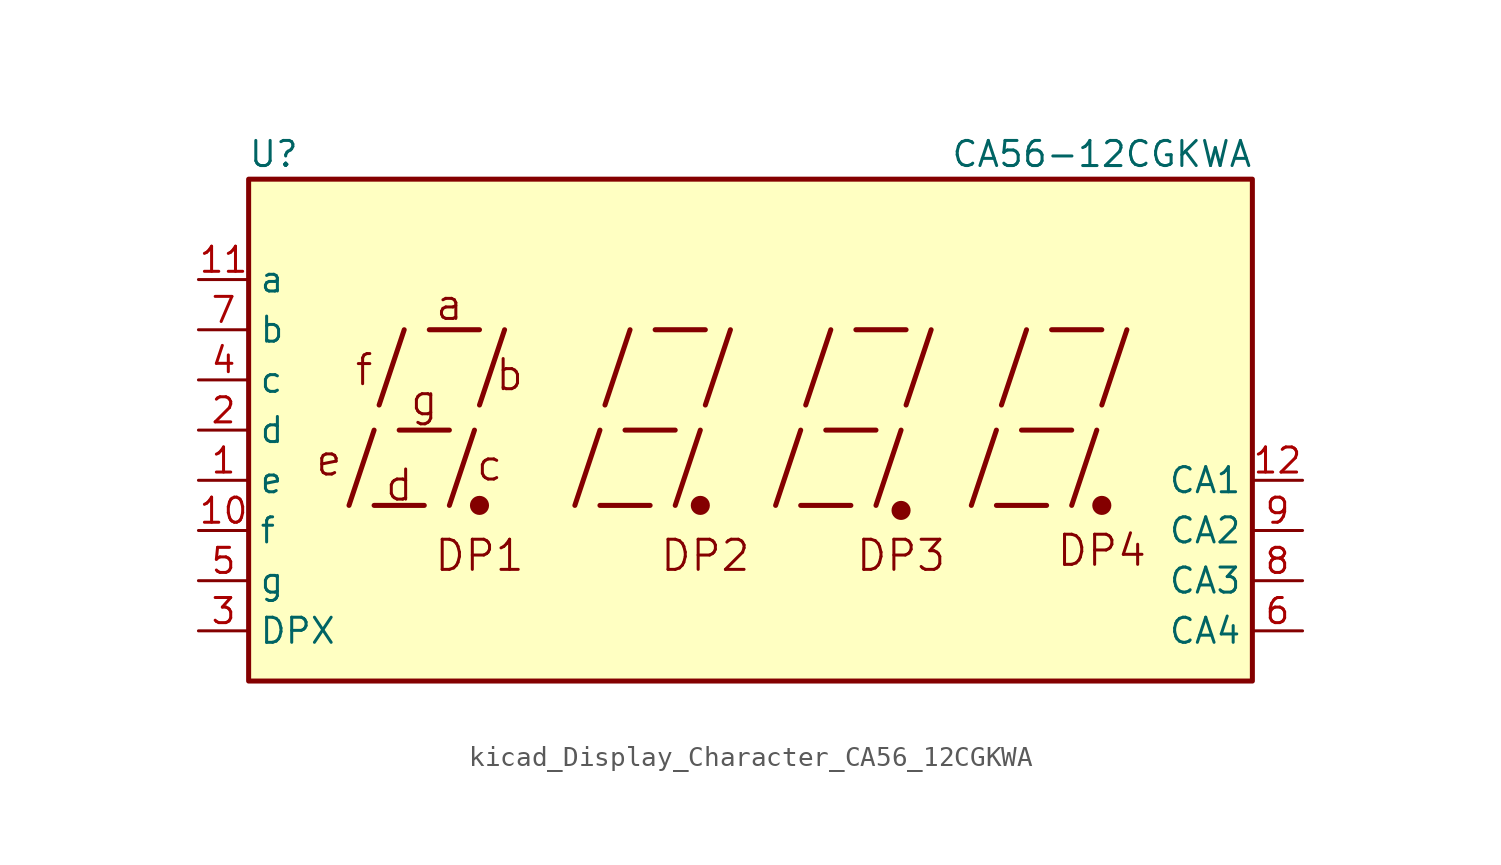
<source format=kicad_sym>
(kicad_symbol_lib
  (version 20220914)
  (generator kicad_symbol_editor)
  (symbol "kicad_Display_Character_CA56_12CGKWA"
    (property "Reference" "U"
      (at -24.13 13.97 0)
      (effects (font (size 1.27 1.27))))
    (property "Value" "CA56-12CGKWA"
      (at 17.78 13.97 0)
      (effects (font (size 1.27 1.27))))
    (symbol "kicad_Display_Character_CA56_12CGKWA_0_0"
      (rectangle (start -25.4 12.7) (end 25.4 -12.7) (stroke (width 0.254) (type default)) (fill (type background)))
      (polyline (pts (xy -20.32 -3.81) (xy -19.05 0)) (stroke (width 0.254) (type default)) (fill (type none)))
      (polyline (pts (xy -19.05 -3.81) (xy -16.51 -3.81)) (stroke (width 0.254) (type default)) (fill (type none)))
      (polyline (pts (xy -18.796 1.27) (xy -17.526 5.08)) (stroke (width 0.254) (type default)) (fill (type none)))
      (polyline (pts (xy -17.78 0) (xy -15.24 0)) (stroke (width 0.254) (type default)) (fill (type none)))
      (polyline (pts (xy -16.256 5.08) (xy -13.716 5.08)) (stroke (width 0.254) (type default)) (fill (type none)))
      (polyline (pts (xy -15.24 -3.81) (xy -13.97 0)) (stroke (width 0.254) (type default)) (fill (type none)))
      (polyline (pts (xy -13.716 1.27) (xy -12.446 5.08)) (stroke (width 0.254) (type default)) (fill (type none)))
      (polyline (pts (xy -8.89 -3.81) (xy -7.62 0)) (stroke (width 0.254) (type default)) (fill (type none)))
      (polyline (pts (xy -7.62 -3.81) (xy -5.08 -3.81)) (stroke (width 0.254) (type default)) (fill (type none)))
      (polyline (pts (xy -7.366 1.27) (xy -6.096 5.08)) (stroke (width 0.254) (type default)) (fill (type none)))
      (polyline (pts (xy -6.35 0) (xy -3.81 0)) (stroke (width 0.254) (type default)) (fill (type none)))
      (polyline (pts (xy -4.826 5.08) (xy -2.286 5.08)) (stroke (width 0.254) (type default)) (fill (type none)))
      (polyline (pts (xy -3.81 -3.81) (xy -2.54 0)) (stroke (width 0.254) (type default)) (fill (type none)))
      (polyline (pts (xy -2.286 1.27) (xy -1.016 5.08)) (stroke (width 0.254) (type default)) (fill (type none)))
      (polyline (pts (xy 1.27 -3.81) (xy 2.54 0)) (stroke (width 0.254) (type default)) (fill (type none)))
      (polyline (pts (xy 2.54 -3.81) (xy 5.08 -3.81)) (stroke (width 0.254) (type default)) (fill (type none)))
      (polyline (pts (xy 2.794 1.27) (xy 4.064 5.08)) (stroke (width 0.254) (type default)) (fill (type none)))
      (polyline (pts (xy 3.81 0) (xy 6.35 0)) (stroke (width 0.254) (type default)) (fill (type none)))
      (polyline (pts (xy 5.334 5.08) (xy 7.874 5.08)) (stroke (width 0.254) (type default)) (fill (type none)))
      (polyline (pts (xy 6.35 -3.81) (xy 7.62 0)) (stroke (width 0.254) (type default)) (fill (type none)))
      (polyline (pts (xy 7.874 1.27) (xy 9.144 5.08)) (stroke (width 0.254) (type default)) (fill (type none)))
      (polyline (pts (xy 11.176 -3.81) (xy 12.446 0)) (stroke (width 0.254) (type default)) (fill (type none)))
      (polyline (pts (xy 12.446 -3.81) (xy 14.986 -3.81)) (stroke (width 0.254) (type default)) (fill (type none)))
      (polyline (pts (xy 12.7 1.27) (xy 13.97 5.08)) (stroke (width 0.254) (type default)) (fill (type none)))
      (polyline (pts (xy 13.716 0) (xy 16.256 0)) (stroke (width 0.254) (type default)) (fill (type none)))
      (polyline (pts (xy 15.24 5.08) (xy 17.78 5.08)) (stroke (width 0.254) (type default)) (fill (type none)))
      (polyline (pts (xy 16.256 -3.81) (xy 17.526 0)) (stroke (width 0.254) (type default)) (fill (type none)))
      (polyline (pts (xy 17.78 1.27) (xy 19.05 5.08)) (stroke (width 0.254) (type default)) (fill (type none)))
      (text "a" (at -15.24 6.35 0) (effects (font (size 1.524 1.524))))
      (text "b" (at -12.192 2.794 0) (effects (font (size 1.524 1.524))))
      (text "c" (at -13.208 -1.778 0) (effects (font (size 1.524 1.524))))
      (text "d" (at -17.78 -2.794 0) (effects (font (size 1.524 1.524))))
      (text "DP1" (at -13.716 -6.35 0) (effects (font (size 1.524 1.524))))
      (text "DP2" (at -2.286 -6.35 0) (effects (font (size 1.524 1.524))))
      (text "DP3" (at 7.62 -6.35 0) (effects (font (size 1.524 1.524))))
      (text "DP4" (at 17.78 -6.096 0) (effects (font (size 1.524 1.524))))
      (text "e" (at -21.336 -1.524 0) (effects (font (size 1.524 1.524))))
      (text "f" (at -19.558 3.048 0) (effects (font (size 1.524 1.524))))
      (text "g" (at -16.51 1.524 0) (effects (font (size 1.524 1.524)))))
    (symbol "kicad_Display_Character_CA56_12CGKWA_0_1"
      (circle (center -13.716 -3.81) (radius 0.356) (stroke (width 0.254) (type default)) (fill (type outline)))
      (circle (center -2.54 -3.81) (radius 0.356) (stroke (width 0.254) (type default)) (fill (type outline))))
    (symbol "kicad_Display_Character_CA56_12CGKWA_1_0"
      (circle (center 7.62 -4.064) (radius 0.356) (stroke (width 0.254) (type default)) (fill (type outline)))
      (circle (center 17.78 -3.81) (radius 0.356) (stroke (width 0.254) (type default)) (fill (type outline))))
    (symbol "kicad_Display_Character_CA56_12CGKWA_1_1"
      (pin input line (at -27.94 -2.54 0) (length 2.54) (name "e" (effects (font (size 1.27 1.27)))) (number "1" (effects (font (size 1.27 1.27)))))
      (pin input line (at -27.94 -5.08 0) (length 2.54) (name "f" (effects (font (size 1.27 1.27)))) (number "10" (effects (font (size 1.27 1.27)))))
      (pin input line (at -27.94 7.62 0) (length 2.54) (name "a" (effects (font (size 1.27 1.27)))) (number "11" (effects (font (size 1.27 1.27)))))
      (pin input line (at 27.94 -2.54 180) (length 2.54) (name "CA1" (effects (font (size 1.27 1.27)))) (number "12" (effects (font (size 1.27 1.27)))))
      (pin input line (at -27.94 0 0) (length 2.54) (name "d" (effects (font (size 1.27 1.27)))) (number "2" (effects (font (size 1.27 1.27)))))
      (pin input line (at -27.94 -10.16 0) (length 2.54) (name "DPX" (effects (font (size 1.27 1.27)))) (number "3" (effects (font (size 1.27 1.27)))))
      (pin input line (at -27.94 2.54 0) (length 2.54) (name "c" (effects (font (size 1.27 1.27)))) (number "4" (effects (font (size 1.27 1.27)))))
      (pin input line (at -27.94 -7.62 0) (length 2.54) (name "g" (effects (font (size 1.27 1.27)))) (number "5" (effects (font (size 1.27 1.27)))))
      (pin input line (at 27.94 -10.16 180) (length 2.54) (name "CA4" (effects (font (size 1.27 1.27)))) (number "6" (effects (font (size 1.27 1.27)))))
      (pin input line (at -27.94 5.08 0) (length 2.54) (name "b" (effects (font (size 1.27 1.27)))) (number "7" (effects (font (size 1.27 1.27)))))
      (pin input line (at 27.94 -7.62 180) (length 2.54) (name "CA3" (effects (font (size 1.27 1.27)))) (number "8" (effects (font (size 1.27 1.27)))))
      (pin input line (at 27.94 -5.08 180) (length 2.54) (name "CA2" (effects (font (size 1.27 1.27)))) (number "9" (effects (font (size 1.27 1.27))))))))
</source>
